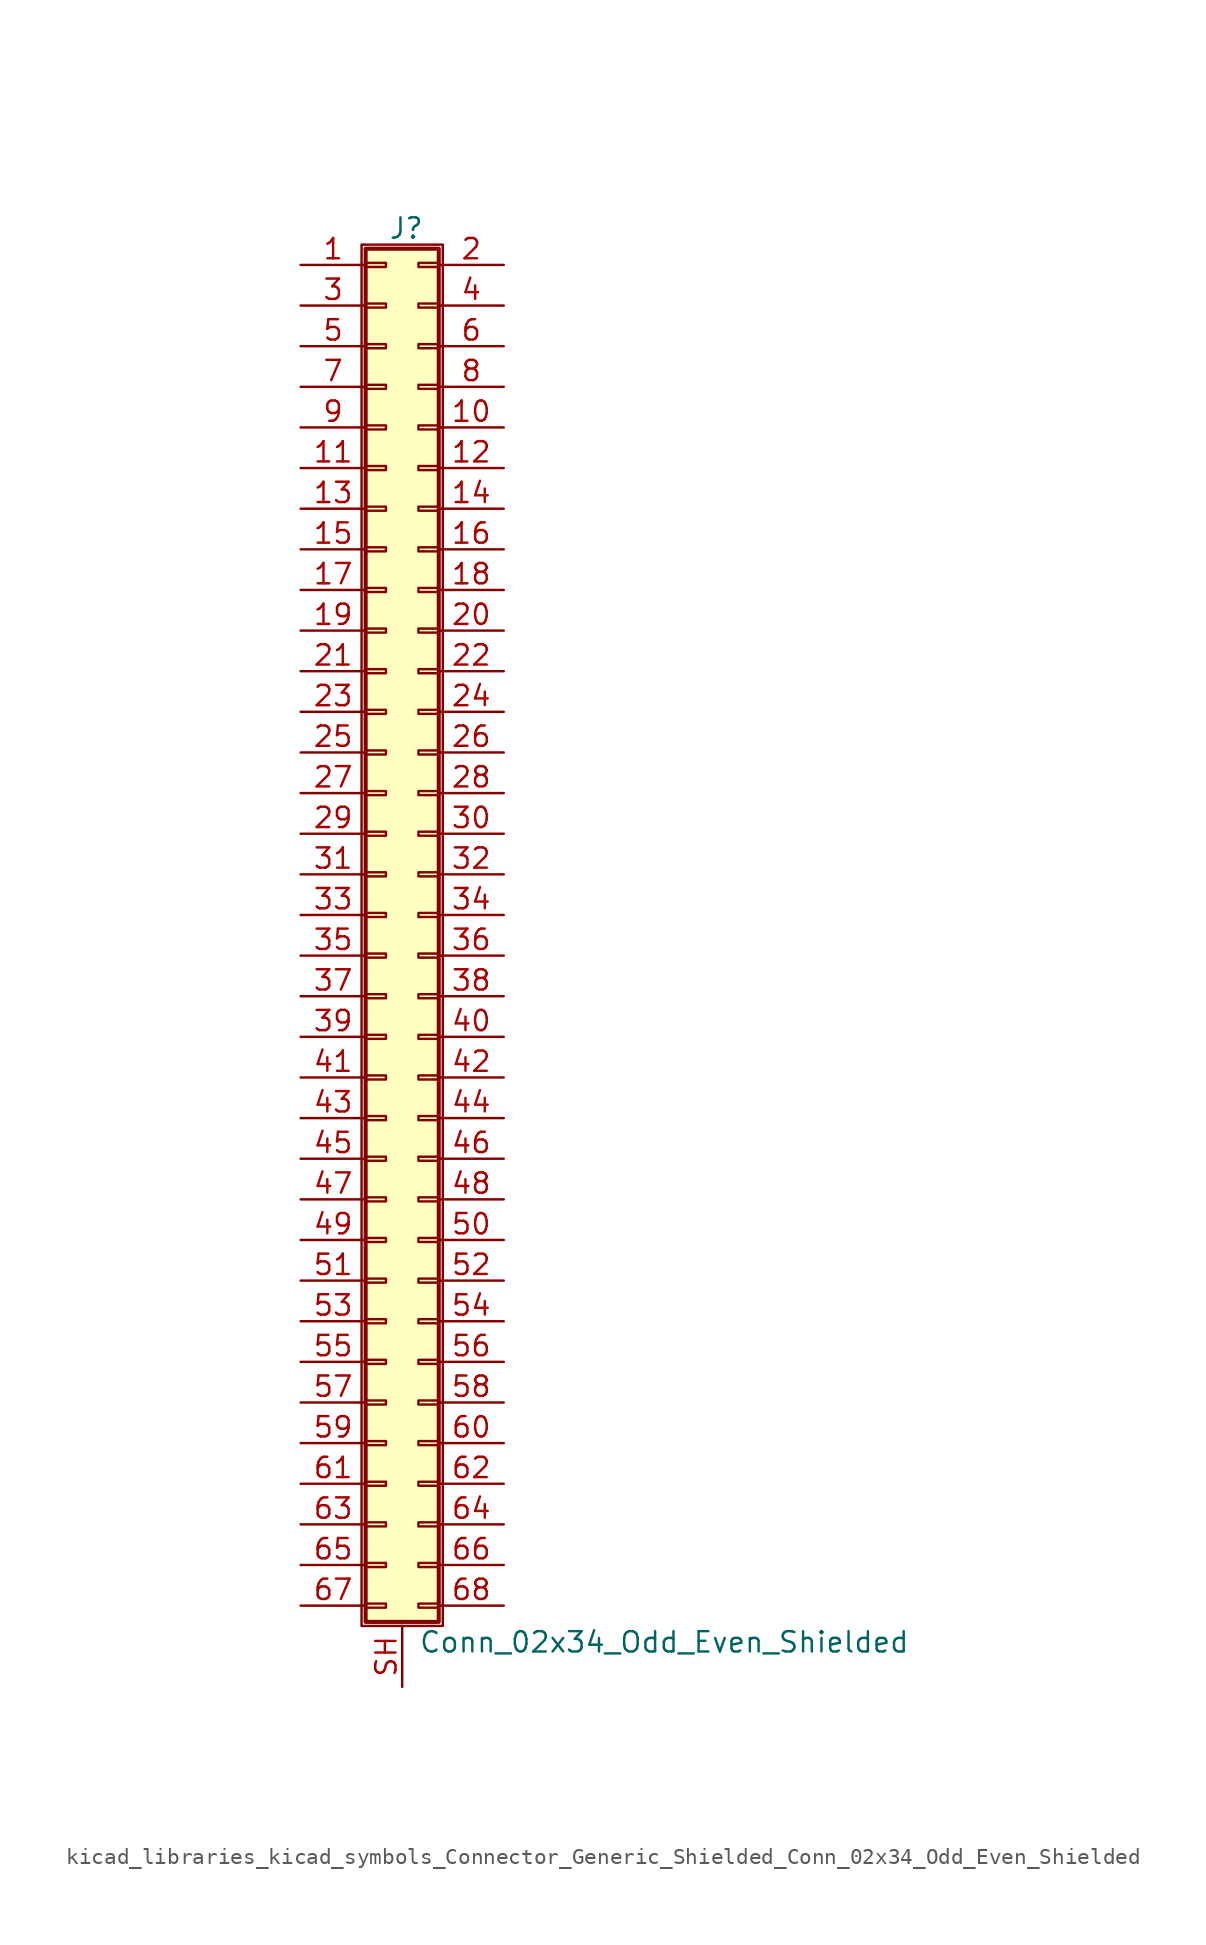
<source format=kicad_sym>
(kicad_symbol_lib
  (version 20220914)
  (generator kicad_symbol_editor)
  (symbol "kicad_libraries_kicad_symbols_Connector_Generic_Shielded_Conn_02x34_Odd_Even_Shielded"
    (pin_names
      (offset 1.016) hide)
    (property "Reference" "J"
      (at 1.524 42.926 0)
      (effects (font (size 1.27 1.27))))
    (property "Value" "Conn_02x34_Odd_Even_Shielded"
      (at 2.286 -45.466 0)
      (effects (font (size 1.27 1.27)) (justify left)))
    (symbol "kicad_libraries_kicad_symbols_Connector_Generic_Shielded_Conn_02x34_Odd_Even_Shielded_1_1"
      (rectangle (start -1.27 41.91) (end 3.81 -44.45) (stroke (width 0.152) (type default)) (fill (type none)))
      (rectangle (start -1.016 -43.053) (end 0.254 -43.307) (stroke (width 0.152) (type default)) (fill (type none)))
      (rectangle (start -1.016 -40.513) (end 0.254 -40.767) (stroke (width 0.152) (type default)) (fill (type none)))
      (rectangle (start -1.016 -37.973) (end 0.254 -38.227) (stroke (width 0.152) (type default)) (fill (type none)))
      (rectangle (start -1.016 -35.433) (end 0.254 -35.687) (stroke (width 0.152) (type default)) (fill (type none)))
      (rectangle (start -1.016 -32.893) (end 0.254 -33.147) (stroke (width 0.152) (type default)) (fill (type none)))
      (rectangle (start -1.016 -30.353) (end 0.254 -30.607) (stroke (width 0.152) (type default)) (fill (type none)))
      (rectangle (start -1.016 -27.813) (end 0.254 -28.067) (stroke (width 0.152) (type default)) (fill (type none)))
      (rectangle (start -1.016 -25.273) (end 0.254 -25.527) (stroke (width 0.152) (type default)) (fill (type none)))
      (rectangle (start -1.016 -22.733) (end 0.254 -22.987) (stroke (width 0.152) (type default)) (fill (type none)))
      (rectangle (start -1.016 -20.193) (end 0.254 -20.447) (stroke (width 0.152) (type default)) (fill (type none)))
      (rectangle (start -1.016 -17.653) (end 0.254 -17.907) (stroke (width 0.152) (type default)) (fill (type none)))
      (rectangle (start -1.016 -15.113) (end 0.254 -15.367) (stroke (width 0.152) (type default)) (fill (type none)))
      (rectangle (start -1.016 -12.573) (end 0.254 -12.827) (stroke (width 0.152) (type default)) (fill (type none)))
      (rectangle (start -1.016 -10.033) (end 0.254 -10.287) (stroke (width 0.152) (type default)) (fill (type none)))
      (rectangle (start -1.016 -7.493) (end 0.254 -7.747) (stroke (width 0.152) (type default)) (fill (type none)))
      (rectangle (start -1.016 -4.953) (end 0.254 -5.207) (stroke (width 0.152) (type default)) (fill (type none)))
      (rectangle (start -1.016 -2.413) (end 0.254 -2.667) (stroke (width 0.152) (type default)) (fill (type none)))
      (rectangle (start -1.016 0.127) (end 0.254 -0.127) (stroke (width 0.152) (type default)) (fill (type none)))
      (rectangle (start -1.016 2.667) (end 0.254 2.413) (stroke (width 0.152) (type default)) (fill (type none)))
      (rectangle (start -1.016 5.207) (end 0.254 4.953) (stroke (width 0.152) (type default)) (fill (type none)))
      (rectangle (start -1.016 7.747) (end 0.254 7.493) (stroke (width 0.152) (type default)) (fill (type none)))
      (rectangle (start -1.016 10.287) (end 0.254 10.033) (stroke (width 0.152) (type default)) (fill (type none)))
      (rectangle (start -1.016 12.827) (end 0.254 12.573) (stroke (width 0.152) (type default)) (fill (type none)))
      (rectangle (start -1.016 15.367) (end 0.254 15.113) (stroke (width 0.152) (type default)) (fill (type none)))
      (rectangle (start -1.016 17.907) (end 0.254 17.653) (stroke (width 0.152) (type default)) (fill (type none)))
      (rectangle (start -1.016 20.447) (end 0.254 20.193) (stroke (width 0.152) (type default)) (fill (type none)))
      (rectangle (start -1.016 22.987) (end 0.254 22.733) (stroke (width 0.152) (type default)) (fill (type none)))
      (rectangle (start -1.016 25.527) (end 0.254 25.273) (stroke (width 0.152) (type default)) (fill (type none)))
      (rectangle (start -1.016 28.067) (end 0.254 27.813) (stroke (width 0.152) (type default)) (fill (type none)))
      (rectangle (start -1.016 30.607) (end 0.254 30.353) (stroke (width 0.152) (type default)) (fill (type none)))
      (rectangle (start -1.016 33.147) (end 0.254 32.893) (stroke (width 0.152) (type default)) (fill (type none)))
      (rectangle (start -1.016 35.687) (end 0.254 35.433) (stroke (width 0.152) (type default)) (fill (type none)))
      (rectangle (start -1.016 38.227) (end 0.254 37.973) (stroke (width 0.152) (type default)) (fill (type none)))
      (rectangle (start -1.016 40.767) (end 0.254 40.513) (stroke (width 0.152) (type default)) (fill (type none)))
      (rectangle (start -1.016 41.656) (end 3.556 -44.196) (stroke (width 0.254) (type default)) (fill (type background)))
      (rectangle (start 3.556 -43.053) (end 2.286 -43.307) (stroke (width 0.152) (type default)) (fill (type none)))
      (rectangle (start 3.556 -40.513) (end 2.286 -40.767) (stroke (width 0.152) (type default)) (fill (type none)))
      (rectangle (start 3.556 -37.973) (end 2.286 -38.227) (stroke (width 0.152) (type default)) (fill (type none)))
      (rectangle (start 3.556 -35.433) (end 2.286 -35.687) (stroke (width 0.152) (type default)) (fill (type none)))
      (rectangle (start 3.556 -32.893) (end 2.286 -33.147) (stroke (width 0.152) (type default)) (fill (type none)))
      (rectangle (start 3.556 -30.353) (end 2.286 -30.607) (stroke (width 0.152) (type default)) (fill (type none)))
      (rectangle (start 3.556 -27.813) (end 2.286 -28.067) (stroke (width 0.152) (type default)) (fill (type none)))
      (rectangle (start 3.556 -25.273) (end 2.286 -25.527) (stroke (width 0.152) (type default)) (fill (type none)))
      (rectangle (start 3.556 -22.733) (end 2.286 -22.987) (stroke (width 0.152) (type default)) (fill (type none)))
      (rectangle (start 3.556 -20.193) (end 2.286 -20.447) (stroke (width 0.152) (type default)) (fill (type none)))
      (rectangle (start 3.556 -17.653) (end 2.286 -17.907) (stroke (width 0.152) (type default)) (fill (type none)))
      (rectangle (start 3.556 -15.113) (end 2.286 -15.367) (stroke (width 0.152) (type default)) (fill (type none)))
      (rectangle (start 3.556 -12.573) (end 2.286 -12.827) (stroke (width 0.152) (type default)) (fill (type none)))
      (rectangle (start 3.556 -10.033) (end 2.286 -10.287) (stroke (width 0.152) (type default)) (fill (type none)))
      (rectangle (start 3.556 -7.493) (end 2.286 -7.747) (stroke (width 0.152) (type default)) (fill (type none)))
      (rectangle (start 3.556 -4.953) (end 2.286 -5.207) (stroke (width 0.152) (type default)) (fill (type none)))
      (rectangle (start 3.556 -2.413) (end 2.286 -2.667) (stroke (width 0.152) (type default)) (fill (type none)))
      (rectangle (start 3.556 0.127) (end 2.286 -0.127) (stroke (width 0.152) (type default)) (fill (type none)))
      (rectangle (start 3.556 2.667) (end 2.286 2.413) (stroke (width 0.152) (type default)) (fill (type none)))
      (rectangle (start 3.556 5.207) (end 2.286 4.953) (stroke (width 0.152) (type default)) (fill (type none)))
      (rectangle (start 3.556 7.747) (end 2.286 7.493) (stroke (width 0.152) (type default)) (fill (type none)))
      (rectangle (start 3.556 10.287) (end 2.286 10.033) (stroke (width 0.152) (type default)) (fill (type none)))
      (rectangle (start 3.556 12.827) (end 2.286 12.573) (stroke (width 0.152) (type default)) (fill (type none)))
      (rectangle (start 3.556 15.367) (end 2.286 15.113) (stroke (width 0.152) (type default)) (fill (type none)))
      (rectangle (start 3.556 17.907) (end 2.286 17.653) (stroke (width 0.152) (type default)) (fill (type none)))
      (rectangle (start 3.556 20.447) (end 2.286 20.193) (stroke (width 0.152) (type default)) (fill (type none)))
      (rectangle (start 3.556 22.987) (end 2.286 22.733) (stroke (width 0.152) (type default)) (fill (type none)))
      (rectangle (start 3.556 25.527) (end 2.286 25.273) (stroke (width 0.152) (type default)) (fill (type none)))
      (rectangle (start 3.556 28.067) (end 2.286 27.813) (stroke (width 0.152) (type default)) (fill (type none)))
      (rectangle (start 3.556 30.607) (end 2.286 30.353) (stroke (width 0.152) (type default)) (fill (type none)))
      (rectangle (start 3.556 33.147) (end 2.286 32.893) (stroke (width 0.152) (type default)) (fill (type none)))
      (rectangle (start 3.556 35.687) (end 2.286 35.433) (stroke (width 0.152) (type default)) (fill (type none)))
      (rectangle (start 3.556 38.227) (end 2.286 37.973) (stroke (width 0.152) (type default)) (fill (type none)))
      (rectangle (start 3.556 40.767) (end 2.286 40.513) (stroke (width 0.152) (type default)) (fill (type none)))
      (pin passive line (at -5.08 40.64 0) (length 4.064) (name "Pin_1" (effects (font (size 1.27 1.27)))) (number "1" (effects (font (size 1.27 1.27)))))
      (pin passive line (at 7.62 30.48 180) (length 4.064) (name "Pin_10" (effects (font (size 1.27 1.27)))) (number "10" (effects (font (size 1.27 1.27)))))
      (pin passive line (at -5.08 27.94 0) (length 4.064) (name "Pin_11" (effects (font (size 1.27 1.27)))) (number "11" (effects (font (size 1.27 1.27)))))
      (pin passive line (at 7.62 27.94 180) (length 4.064) (name "Pin_12" (effects (font (size 1.27 1.27)))) (number "12" (effects (font (size 1.27 1.27)))))
      (pin passive line (at -5.08 25.4 0) (length 4.064) (name "Pin_13" (effects (font (size 1.27 1.27)))) (number "13" (effects (font (size 1.27 1.27)))))
      (pin passive line (at 7.62 25.4 180) (length 4.064) (name "Pin_14" (effects (font (size 1.27 1.27)))) (number "14" (effects (font (size 1.27 1.27)))))
      (pin passive line (at -5.08 22.86 0) (length 4.064) (name "Pin_15" (effects (font (size 1.27 1.27)))) (number "15" (effects (font (size 1.27 1.27)))))
      (pin passive line (at 7.62 22.86 180) (length 4.064) (name "Pin_16" (effects (font (size 1.27 1.27)))) (number "16" (effects (font (size 1.27 1.27)))))
      (pin passive line (at -5.08 20.32 0) (length 4.064) (name "Pin_17" (effects (font (size 1.27 1.27)))) (number "17" (effects (font (size 1.27 1.27)))))
      (pin passive line (at 7.62 20.32 180) (length 4.064) (name "Pin_18" (effects (font (size 1.27 1.27)))) (number "18" (effects (font (size 1.27 1.27)))))
      (pin passive line (at -5.08 17.78 0) (length 4.064) (name "Pin_19" (effects (font (size 1.27 1.27)))) (number "19" (effects (font (size 1.27 1.27)))))
      (pin passive line (at 7.62 40.64 180) (length 4.064) (name "Pin_2" (effects (font (size 1.27 1.27)))) (number "2" (effects (font (size 1.27 1.27)))))
      (pin passive line (at 7.62 17.78 180) (length 4.064) (name "Pin_20" (effects (font (size 1.27 1.27)))) (number "20" (effects (font (size 1.27 1.27)))))
      (pin passive line (at -5.08 15.24 0) (length 4.064) (name "Pin_21" (effects (font (size 1.27 1.27)))) (number "21" (effects (font (size 1.27 1.27)))))
      (pin passive line (at 7.62 15.24 180) (length 4.064) (name "Pin_22" (effects (font (size 1.27 1.27)))) (number "22" (effects (font (size 1.27 1.27)))))
      (pin passive line (at -5.08 12.7 0) (length 4.064) (name "Pin_23" (effects (font (size 1.27 1.27)))) (number "23" (effects (font (size 1.27 1.27)))))
      (pin passive line (at 7.62 12.7 180) (length 4.064) (name "Pin_24" (effects (font (size 1.27 1.27)))) (number "24" (effects (font (size 1.27 1.27)))))
      (pin passive line (at -5.08 10.16 0) (length 4.064) (name "Pin_25" (effects (font (size 1.27 1.27)))) (number "25" (effects (font (size 1.27 1.27)))))
      (pin passive line (at 7.62 10.16 180) (length 4.064) (name "Pin_26" (effects (font (size 1.27 1.27)))) (number "26" (effects (font (size 1.27 1.27)))))
      (pin passive line (at -5.08 7.62 0) (length 4.064) (name "Pin_27" (effects (font (size 1.27 1.27)))) (number "27" (effects (font (size 1.27 1.27)))))
      (pin passive line (at 7.62 7.62 180) (length 4.064) (name "Pin_28" (effects (font (size 1.27 1.27)))) (number "28" (effects (font (size 1.27 1.27)))))
      (pin passive line (at -5.08 5.08 0) (length 4.064) (name "Pin_29" (effects (font (size 1.27 1.27)))) (number "29" (effects (font (size 1.27 1.27)))))
      (pin passive line (at -5.08 38.1 0) (length 4.064) (name "Pin_3" (effects (font (size 1.27 1.27)))) (number "3" (effects (font (size 1.27 1.27)))))
      (pin passive line (at 7.62 5.08 180) (length 4.064) (name "Pin_30" (effects (font (size 1.27 1.27)))) (number "30" (effects (font (size 1.27 1.27)))))
      (pin passive line (at -5.08 2.54 0) (length 4.064) (name "Pin_31" (effects (font (size 1.27 1.27)))) (number "31" (effects (font (size 1.27 1.27)))))
      (pin passive line (at 7.62 2.54 180) (length 4.064) (name "Pin_32" (effects (font (size 1.27 1.27)))) (number "32" (effects (font (size 1.27 1.27)))))
      (pin passive line (at -5.08 0 0) (length 4.064) (name "Pin_33" (effects (font (size 1.27 1.27)))) (number "33" (effects (font (size 1.27 1.27)))))
      (pin passive line (at 7.62 0 180) (length 4.064) (name "Pin_34" (effects (font (size 1.27 1.27)))) (number "34" (effects (font (size 1.27 1.27)))))
      (pin passive line (at -5.08 -2.54 0) (length 4.064) (name "Pin_35" (effects (font (size 1.27 1.27)))) (number "35" (effects (font (size 1.27 1.27)))))
      (pin passive line (at 7.62 -2.54 180) (length 4.064) (name "Pin_36" (effects (font (size 1.27 1.27)))) (number "36" (effects (font (size 1.27 1.27)))))
      (pin passive line (at -5.08 -5.08 0) (length 4.064) (name "Pin_37" (effects (font (size 1.27 1.27)))) (number "37" (effects (font (size 1.27 1.27)))))
      (pin passive line (at 7.62 -5.08 180) (length 4.064) (name "Pin_38" (effects (font (size 1.27 1.27)))) (number "38" (effects (font (size 1.27 1.27)))))
      (pin passive line (at -5.08 -7.62 0) (length 4.064) (name "Pin_39" (effects (font (size 1.27 1.27)))) (number "39" (effects (font (size 1.27 1.27)))))
      (pin passive line (at 7.62 38.1 180) (length 4.064) (name "Pin_4" (effects (font (size 1.27 1.27)))) (number "4" (effects (font (size 1.27 1.27)))))
      (pin passive line (at 7.62 -7.62 180) (length 4.064) (name "Pin_40" (effects (font (size 1.27 1.27)))) (number "40" (effects (font (size 1.27 1.27)))))
      (pin passive line (at -5.08 -10.16 0) (length 4.064) (name "Pin_41" (effects (font (size 1.27 1.27)))) (number "41" (effects (font (size 1.27 1.27)))))
      (pin passive line (at 7.62 -10.16 180) (length 4.064) (name "Pin_42" (effects (font (size 1.27 1.27)))) (number "42" (effects (font (size 1.27 1.27)))))
      (pin passive line (at -5.08 -12.7 0) (length 4.064) (name "Pin_43" (effects (font (size 1.27 1.27)))) (number "43" (effects (font (size 1.27 1.27)))))
      (pin passive line (at 7.62 -12.7 180) (length 4.064) (name "Pin_44" (effects (font (size 1.27 1.27)))) (number "44" (effects (font (size 1.27 1.27)))))
      (pin passive line (at -5.08 -15.24 0) (length 4.064) (name "Pin_45" (effects (font (size 1.27 1.27)))) (number "45" (effects (font (size 1.27 1.27)))))
      (pin passive line (at 7.62 -15.24 180) (length 4.064) (name "Pin_46" (effects (font (size 1.27 1.27)))) (number "46" (effects (font (size 1.27 1.27)))))
      (pin passive line (at -5.08 -17.78 0) (length 4.064) (name "Pin_47" (effects (font (size 1.27 1.27)))) (number "47" (effects (font (size 1.27 1.27)))))
      (pin passive line (at 7.62 -17.78 180) (length 4.064) (name "Pin_48" (effects (font (size 1.27 1.27)))) (number "48" (effects (font (size 1.27 1.27)))))
      (pin passive line (at -5.08 -20.32 0) (length 4.064) (name "Pin_49" (effects (font (size 1.27 1.27)))) (number "49" (effects (font (size 1.27 1.27)))))
      (pin passive line (at -5.08 35.56 0) (length 4.064) (name "Pin_5" (effects (font (size 1.27 1.27)))) (number "5" (effects (font (size 1.27 1.27)))))
      (pin passive line (at 7.62 -20.32 180) (length 4.064) (name "Pin_50" (effects (font (size 1.27 1.27)))) (number "50" (effects (font (size 1.27 1.27)))))
      (pin passive line (at -5.08 -22.86 0) (length 4.064) (name "Pin_51" (effects (font (size 1.27 1.27)))) (number "51" (effects (font (size 1.27 1.27)))))
      (pin passive line (at 7.62 -22.86 180) (length 4.064) (name "Pin_52" (effects (font (size 1.27 1.27)))) (number "52" (effects (font (size 1.27 1.27)))))
      (pin passive line (at -5.08 -25.4 0) (length 4.064) (name "Pin_53" (effects (font (size 1.27 1.27)))) (number "53" (effects (font (size 1.27 1.27)))))
      (pin passive line (at 7.62 -25.4 180) (length 4.064) (name "Pin_54" (effects (font (size 1.27 1.27)))) (number "54" (effects (font (size 1.27 1.27)))))
      (pin passive line (at -5.08 -27.94 0) (length 4.064) (name "Pin_55" (effects (font (size 1.27 1.27)))) (number "55" (effects (font (size 1.27 1.27)))))
      (pin passive line (at 7.62 -27.94 180) (length 4.064) (name "Pin_56" (effects (font (size 1.27 1.27)))) (number "56" (effects (font (size 1.27 1.27)))))
      (pin passive line (at -5.08 -30.48 0) (length 4.064) (name "Pin_57" (effects (font (size 1.27 1.27)))) (number "57" (effects (font (size 1.27 1.27)))))
      (pin passive line (at 7.62 -30.48 180) (length 4.064) (name "Pin_58" (effects (font (size 1.27 1.27)))) (number "58" (effects (font (size 1.27 1.27)))))
      (pin passive line (at -5.08 -33.02 0) (length 4.064) (name "Pin_59" (effects (font (size 1.27 1.27)))) (number "59" (effects (font (size 1.27 1.27)))))
      (pin passive line (at 7.62 35.56 180) (length 4.064) (name "Pin_6" (effects (font (size 1.27 1.27)))) (number "6" (effects (font (size 1.27 1.27)))))
      (pin passive line (at 7.62 -33.02 180) (length 4.064) (name "Pin_60" (effects (font (size 1.27 1.27)))) (number "60" (effects (font (size 1.27 1.27)))))
      (pin passive line (at -5.08 -35.56 0) (length 4.064) (name "Pin_61" (effects (font (size 1.27 1.27)))) (number "61" (effects (font (size 1.27 1.27)))))
      (pin passive line (at 7.62 -35.56 180) (length 4.064) (name "Pin_62" (effects (font (size 1.27 1.27)))) (number "62" (effects (font (size 1.27 1.27)))))
      (pin passive line (at -5.08 -38.1 0) (length 4.064) (name "Pin_63" (effects (font (size 1.27 1.27)))) (number "63" (effects (font (size 1.27 1.27)))))
      (pin passive line (at 7.62 -38.1 180) (length 4.064) (name "Pin_64" (effects (font (size 1.27 1.27)))) (number "64" (effects (font (size 1.27 1.27)))))
      (pin passive line (at -5.08 -40.64 0) (length 4.064) (name "Pin_65" (effects (font (size 1.27 1.27)))) (number "65" (effects (font (size 1.27 1.27)))))
      (pin passive line (at 7.62 -40.64 180) (length 4.064) (name "Pin_66" (effects (font (size 1.27 1.27)))) (number "66" (effects (font (size 1.27 1.27)))))
      (pin passive line (at -5.08 -43.18 0) (length 4.064) (name "Pin_67" (effects (font (size 1.27 1.27)))) (number "67" (effects (font (size 1.27 1.27)))))
      (pin passive line (at 7.62 -43.18 180) (length 4.064) (name "Pin_68" (effects (font (size 1.27 1.27)))) (number "68" (effects (font (size 1.27 1.27)))))
      (pin passive line (at -5.08 33.02 0) (length 4.064) (name "Pin_7" (effects (font (size 1.27 1.27)))) (number "7" (effects (font (size 1.27 1.27)))))
      (pin passive line (at 7.62 33.02 180) (length 4.064) (name "Pin_8" (effects (font (size 1.27 1.27)))) (number "8" (effects (font (size 1.27 1.27)))))
      (pin passive line (at -5.08 30.48 0) (length 4.064) (name "Pin_9" (effects (font (size 1.27 1.27)))) (number "9" (effects (font (size 1.27 1.27)))))
      (pin passive line (at 1.27 -48.26 90) (length 3.81) (name "Shield" (effects (font (size 1.27 1.27)))) (number "SH" (effects (font (size 1.27 1.27))))))))
</source>
